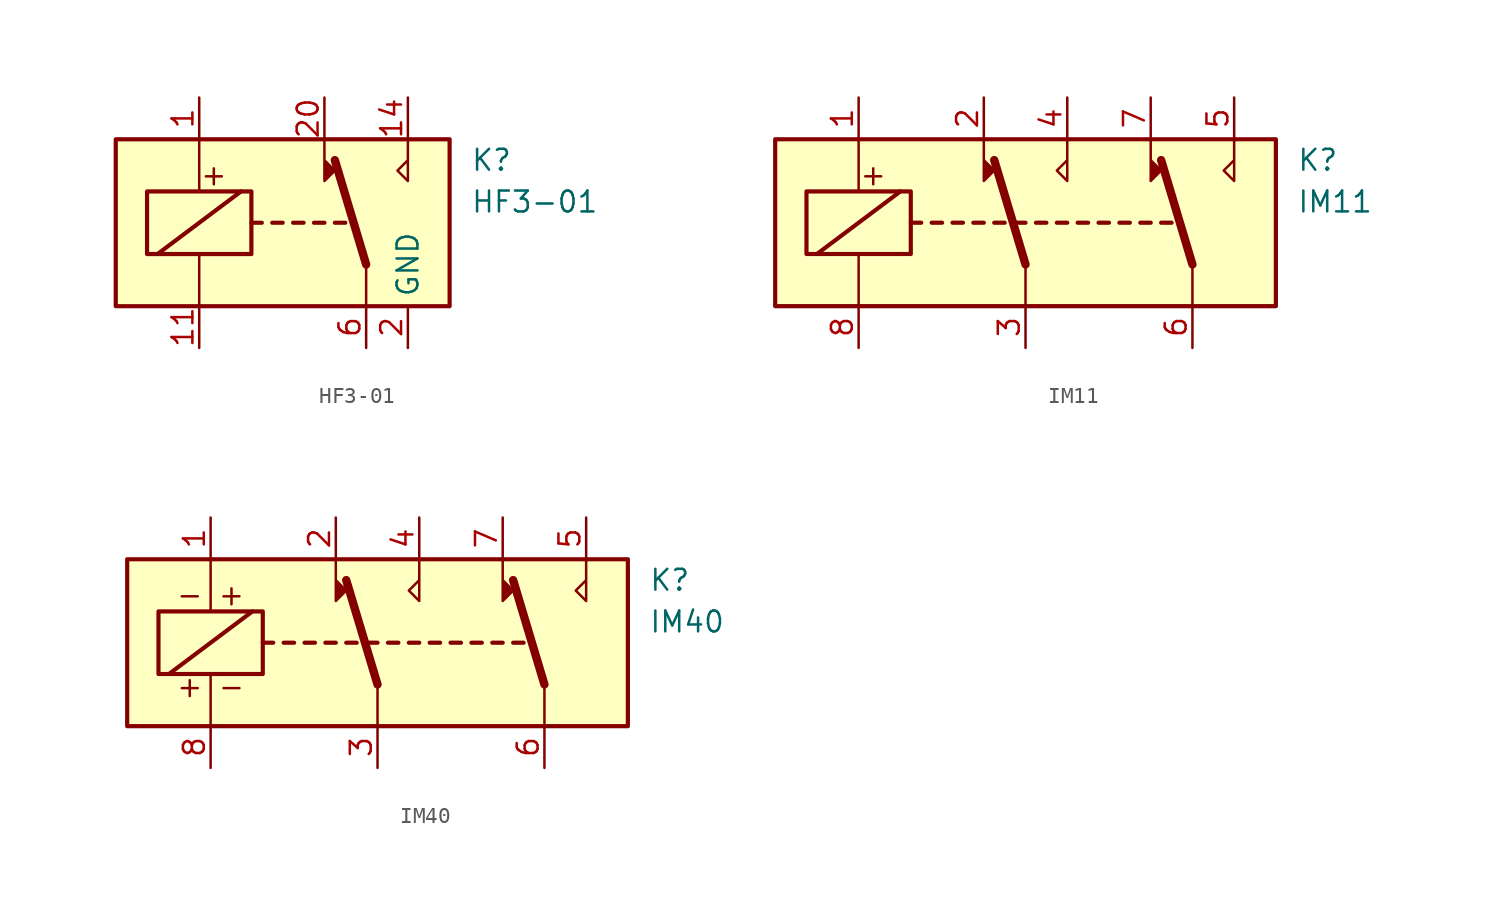
<source format=kicad_sym>
(kicad_symbol_lib
  (version 20201005)
  (generator kicad_symbol_editor)
  (symbol "HF3-01"
    (property "Reference" "K"
      (at 11.43 3.81 0)
      (effects (font (size 1.27 1.27)) (justify left)))
    (property "Value" "HF3-01"
      (at 11.43 1.27 0)
      (effects (font (size 1.27 1.27)) (justify left)))
    (symbol "HF3-01_0_0"
      (text "+" (at -4.191 2.921 0) (effects (font (size 1.27 1.27))))
      (polyline (pts (xy 7.62 5.08) (xy 7.62 2.54) (xy 6.985 3.175) (xy 7.62 3.81)) (stroke (width 0)) (fill (type none))))
    (symbol "HF3-01_0_1"
      (rectangle (start -8.255 1.905) (end -1.905 -1.905) (stroke (width 0.254)) (fill (type none)))
      (rectangle (start -10.16 5.08) (end 10.16 -5.08) (stroke (width 0.254)) (fill (type background)))
      (polyline (pts (xy -7.62 -1.905) (xy -2.54 1.905)) (stroke (width 0.254)) (fill (type none)))
      (polyline (pts (xy -5.08 -5.08) (xy -5.08 -1.905)) (stroke (width 0)) (fill (type none)))
      (polyline (pts (xy -5.08 5.08) (xy -5.08 1.905)) (stroke (width 0)) (fill (type none)))
      (polyline (pts (xy -1.905 0) (xy -1.27 0)) (stroke (width 0.254)) (fill (type none)))
      (polyline (pts (xy -0.635 0) (xy 0 0)) (stroke (width 0.254)) (fill (type none)))
      (polyline (pts (xy 0.635 0) (xy 1.27 0)) (stroke (width 0.254)) (fill (type none)))
      (polyline (pts (xy 1.905 0) (xy 2.54 0)) (stroke (width 0.254)) (fill (type none)))
      (polyline (pts (xy 3.175 0) (xy 3.81 0)) (stroke (width 0.254)) (fill (type none)))
      (polyline (pts (xy 5.08 -2.54) (xy 3.175 3.81)) (stroke (width 0.508)) (fill (type none)))
      (polyline (pts (xy 5.08 -2.54) (xy 5.08 -5.08)) (stroke (width 0)) (fill (type none)))
      (polyline (pts (xy 2.54 5.08) (xy 2.54 2.54) (xy 3.175 3.175) (xy 2.54 3.81)) (stroke (width 0)) (fill (type outline))))
    (symbol "HF3-01_1_1"
      (pin passive line (at -5.08 7.62 270) (length 2.54) (name "~" (effects (font (size 1.27 1.27)))) (number "1" (effects (font (size 1.27 1.27)))))
      (pin passive line (at 7.62 -7.62 90) (length 2.54) hide (name "GND" (effects (font (size 1.27 1.27)))) (number "10" (effects (font (size 1.27 1.27)))))
      (pin passive line (at -5.08 -7.62 90) (length 2.54) (name "~" (effects (font (size 1.27 1.27)))) (number "11" (effects (font (size 1.27 1.27)))))
      (pin passive line (at 7.62 -7.62 90) (length 2.54) hide (name "GND" (effects (font (size 1.27 1.27)))) (number "12" (effects (font (size 1.27 1.27)))))
      (pin passive line (at 7.62 -7.62 90) (length 2.54) hide (name "GND" (effects (font (size 1.27 1.27)))) (number "13" (effects (font (size 1.27 1.27)))))
      (pin passive line (at 7.62 7.62 270) (length 2.54) (name "~" (effects (font (size 1.27 1.27)))) (number "14" (effects (font (size 1.27 1.27)))))
      (pin passive line (at 7.62 -7.62 90) (length 2.54) hide (name "GND" (effects (font (size 1.27 1.27)))) (number "15" (effects (font (size 1.27 1.27)))))
      (pin passive line (at 7.62 -7.62 90) (length 2.54) hide (name "GND" (effects (font (size 1.27 1.27)))) (number "17" (effects (font (size 1.27 1.27)))))
      (pin passive line (at 7.62 -7.62 90) (length 2.54) hide (name "GND" (effects (font (size 1.27 1.27)))) (number "19" (effects (font (size 1.27 1.27)))))
      (pin power_in line (at 7.62 -7.62 90) (length 2.54) (name "GND" (effects (font (size 1.27 1.27)))) (number "2" (effects (font (size 1.27 1.27)))))
      (pin passive line (at 2.54 7.62 270) (length 2.54) (name "~" (effects (font (size 1.27 1.27)))) (number "20" (effects (font (size 1.27 1.27)))))
      (pin passive line (at 7.62 -7.62 90) (length 2.54) hide (name "GND" (effects (font (size 1.27 1.27)))) (number "21" (effects (font (size 1.27 1.27)))))
      (pin passive line (at 7.62 -7.62 90) (length 2.54) hide (name "GND" (effects (font (size 1.27 1.27)))) (number "22" (effects (font (size 1.27 1.27)))))
      (pin passive line (at 7.62 -7.62 90) (length 2.54) hide (name "GND" (effects (font (size 1.27 1.27)))) (number "5" (effects (font (size 1.27 1.27)))))
      (pin passive line (at 5.08 -7.62 90) (length 2.54) (name "~" (effects (font (size 1.27 1.27)))) (number "6" (effects (font (size 1.27 1.27)))))
      (pin passive line (at 7.62 -7.62 90) (length 2.54) hide (name "GND" (effects (font (size 1.27 1.27)))) (number "7" (effects (font (size 1.27 1.27)))))))
  (symbol "IM11"
    (property "Reference" "K"
      (at 16.51 3.81 0)
      (effects (font (size 1.27 1.27)) (justify left)))
    (property "Value" "IM11"
      (at 16.51 1.27 0)
      (effects (font (size 1.27 1.27)) (justify left)))
    (symbol "IM11_0_0"
      (text "+" (at -9.271 2.921 0) (effects (font (size 1.27 1.27)))))
    (symbol "IM11_0_1"
      (rectangle (start -13.335 1.905) (end -6.985 -1.905) (stroke (width 0.254)) (fill (type none)))
      (rectangle (start -15.24 5.08) (end 15.24 -5.08) (stroke (width 0.254)) (fill (type background)))
      (polyline (pts (xy -12.7 -1.905) (xy -7.62 1.905)) (stroke (width 0.254)) (fill (type none)))
      (polyline (pts (xy -10.16 -5.08) (xy -10.16 -1.905)) (stroke (width 0)) (fill (type none)))
      (polyline (pts (xy -10.16 5.08) (xy -10.16 1.905)) (stroke (width 0)) (fill (type none)))
      (polyline (pts (xy -6.985 0) (xy -6.35 0)) (stroke (width 0.254)) (fill (type none)))
      (polyline (pts (xy -5.715 0) (xy -5.08 0)) (stroke (width 0.254)) (fill (type none)))
      (polyline (pts (xy -4.445 0) (xy -3.81 0)) (stroke (width 0.254)) (fill (type none)))
      (polyline (pts (xy -3.175 0) (xy -2.54 0)) (stroke (width 0.254)) (fill (type none)))
      (polyline (pts (xy -1.905 0) (xy -1.27 0)) (stroke (width 0.254)) (fill (type none)))
      (polyline (pts (xy -0.635 0) (xy 0 0)) (stroke (width 0.254)) (fill (type none)))
      (polyline (pts (xy 0 -2.54) (xy -1.905 3.81)) (stroke (width 0.508)) (fill (type none)))
      (polyline (pts (xy 0 -2.54) (xy 0 -5.08)) (stroke (width 0)) (fill (type none)))
      (polyline (pts (xy 0.635 0) (xy 1.27 0)) (stroke (width 0.254)) (fill (type none)))
      (polyline (pts (xy 1.905 0) (xy 2.54 0)) (stroke (width 0.254)) (fill (type none)))
      (polyline (pts (xy 3.175 0) (xy 3.81 0)) (stroke (width 0.254)) (fill (type none)))
      (polyline (pts (xy 4.445 0) (xy 5.08 0)) (stroke (width 0.254)) (fill (type none)))
      (polyline (pts (xy 5.715 0) (xy 6.35 0)) (stroke (width 0.254)) (fill (type none)))
      (polyline (pts (xy 6.985 0) (xy 7.62 0)) (stroke (width 0.254)) (fill (type none)))
      (polyline (pts (xy 8.255 0) (xy 8.89 0)) (stroke (width 0.254)) (fill (type none)))
      (polyline (pts (xy 10.16 -2.54) (xy 8.255 3.81)) (stroke (width 0.508)) (fill (type none)))
      (polyline (pts (xy 10.16 -2.54) (xy 10.16 -5.08)) (stroke (width 0)) (fill (type none)))
      (polyline (pts (xy 2.54 5.08) (xy 2.54 2.54) (xy 1.905 3.175) (xy 2.54 3.81)) (stroke (width 0)) (fill (type none)))
      (polyline (pts (xy 12.7 5.08) (xy 12.7 2.54) (xy 12.065 3.175) (xy 12.7 3.81)) (stroke (width 0)) (fill (type none)))
      (polyline (pts (xy -2.54 5.08) (xy -2.54 2.54) (xy -1.905 3.175) (xy -2.54 3.81)) (stroke (width 0)) (fill (type outline)))
      (polyline (pts (xy 7.62 5.08) (xy 7.62 2.54) (xy 8.255 3.175) (xy 7.62 3.81)) (stroke (width 0)) (fill (type outline))))
    (symbol "IM11_1_1"
      (pin passive line (at -10.16 7.62 270) (length 2.54) (name "~" (effects (font (size 1.27 1.27)))) (number "1" (effects (font (size 1.27 1.27)))))
      (pin passive line (at -2.54 7.62 270) (length 2.54) (name "~" (effects (font (size 1.27 1.27)))) (number "2" (effects (font (size 1.27 1.27)))))
      (pin passive line (at 0 -7.62 90) (length 2.54) (name "~" (effects (font (size 1.27 1.27)))) (number "3" (effects (font (size 1.27 1.27)))))
      (pin passive line (at 2.54 7.62 270) (length 2.54) (name "~" (effects (font (size 1.27 1.27)))) (number "4" (effects (font (size 1.27 1.27)))))
      (pin passive line (at 12.7 7.62 270) (length 2.54) (name "~" (effects (font (size 1.27 1.27)))) (number "5" (effects (font (size 1.27 1.27)))))
      (pin passive line (at 10.16 -7.62 90) (length 2.54) (name "~" (effects (font (size 1.27 1.27)))) (number "6" (effects (font (size 1.27 1.27)))))
      (pin passive line (at 7.62 7.62 270) (length 2.54) (name "~" (effects (font (size 1.27 1.27)))) (number "7" (effects (font (size 1.27 1.27)))))
      (pin passive line (at -10.16 -7.62 90) (length 2.54) (name "~" (effects (font (size 1.27 1.27)))) (number "8" (effects (font (size 1.27 1.27)))))))
  (symbol "IM40"
    (property "Reference" "K"
      (at 16.51 3.81 0)
      (effects (font (size 1.27 1.27)) (justify left)))
    (property "Value" "IM40"
      (at 16.51 1.27 0)
      (effects (font (size 1.27 1.27)) (justify left)))
    (symbol "IM40_0_0"
      (text "+ -" (at -10.16 -2.667 0) (effects (font (size 1.27 1.27))))
      (text "- +" (at -10.16 2.921 0) (effects (font (size 1.27 1.27)))))
    (symbol "IM40_0_1"
      (rectangle (start -13.335 1.905) (end -6.985 -1.905) (stroke (width 0.254)) (fill (type none)))
      (rectangle (start -15.24 5.08) (end 15.24 -5.08) (stroke (width 0.254)) (fill (type background)))
      (polyline (pts (xy -12.7 -1.905) (xy -7.62 1.905)) (stroke (width 0.254)) (fill (type none)))
      (polyline (pts (xy -10.16 -5.08) (xy -10.16 -1.905)) (stroke (width 0)) (fill (type none)))
      (polyline (pts (xy -10.16 5.08) (xy -10.16 1.905)) (stroke (width 0)) (fill (type none)))
      (polyline (pts (xy -6.985 0) (xy -6.35 0)) (stroke (width 0.254)) (fill (type none)))
      (polyline (pts (xy -5.715 0) (xy -5.08 0)) (stroke (width 0.254)) (fill (type none)))
      (polyline (pts (xy -4.445 0) (xy -3.81 0)) (stroke (width 0.254)) (fill (type none)))
      (polyline (pts (xy -3.175 0) (xy -2.54 0)) (stroke (width 0.254)) (fill (type none)))
      (polyline (pts (xy -1.905 0) (xy -1.27 0)) (stroke (width 0.254)) (fill (type none)))
      (polyline (pts (xy -0.635 0) (xy 0 0)) (stroke (width 0.254)) (fill (type none)))
      (polyline (pts (xy 0 -2.54) (xy -1.905 3.81)) (stroke (width 0.508)) (fill (type none)))
      (polyline (pts (xy 0 -2.54) (xy 0 -5.08)) (stroke (width 0)) (fill (type none)))
      (polyline (pts (xy 0.635 0) (xy 1.27 0)) (stroke (width 0.254)) (fill (type none)))
      (polyline (pts (xy 1.905 0) (xy 2.54 0)) (stroke (width 0.254)) (fill (type none)))
      (polyline (pts (xy 3.175 0) (xy 3.81 0)) (stroke (width 0.254)) (fill (type none)))
      (polyline (pts (xy 4.445 0) (xy 5.08 0)) (stroke (width 0.254)) (fill (type none)))
      (polyline (pts (xy 5.715 0) (xy 6.35 0)) (stroke (width 0.254)) (fill (type none)))
      (polyline (pts (xy 6.985 0) (xy 7.62 0)) (stroke (width 0.254)) (fill (type none)))
      (polyline (pts (xy 8.255 0) (xy 8.89 0)) (stroke (width 0.254)) (fill (type none)))
      (polyline (pts (xy 10.16 -2.54) (xy 8.255 3.81)) (stroke (width 0.508)) (fill (type none)))
      (polyline (pts (xy 10.16 -2.54) (xy 10.16 -5.08)) (stroke (width 0)) (fill (type none)))
      (polyline (pts (xy 2.54 5.08) (xy 2.54 2.54) (xy 1.905 3.175) (xy 2.54 3.81)) (stroke (width 0)) (fill (type none)))
      (polyline (pts (xy 12.7 5.08) (xy 12.7 2.54) (xy 12.065 3.175) (xy 12.7 3.81)) (stroke (width 0)) (fill (type none)))
      (polyline (pts (xy -2.54 5.08) (xy -2.54 2.54) (xy -1.905 3.175) (xy -2.54 3.81)) (stroke (width 0)) (fill (type outline)))
      (polyline (pts (xy 7.62 5.08) (xy 7.62 2.54) (xy 8.255 3.175) (xy 7.62 3.81)) (stroke (width 0)) (fill (type outline))))
    (symbol "IM40_1_1"
      (pin passive line (at -10.16 7.62 270) (length 2.54) (name "~" (effects (font (size 1.27 1.27)))) (number "1" (effects (font (size 1.27 1.27)))))
      (pin passive line (at -2.54 7.62 270) (length 2.54) (name "~" (effects (font (size 1.27 1.27)))) (number "2" (effects (font (size 1.27 1.27)))))
      (pin passive line (at 0 -7.62 90) (length 2.54) (name "~" (effects (font (size 1.27 1.27)))) (number "3" (effects (font (size 1.27 1.27)))))
      (pin passive line (at 2.54 7.62 270) (length 2.54) (name "~" (effects (font (size 1.27 1.27)))) (number "4" (effects (font (size 1.27 1.27)))))
      (pin passive line (at 12.7 7.62 270) (length 2.54) (name "~" (effects (font (size 1.27 1.27)))) (number "5" (effects (font (size 1.27 1.27)))))
      (pin passive line (at 10.16 -7.62 90) (length 2.54) (name "~" (effects (font (size 1.27 1.27)))) (number "6" (effects (font (size 1.27 1.27)))))
      (pin passive line (at 7.62 7.62 270) (length 2.54) (name "~" (effects (font (size 1.27 1.27)))) (number "7" (effects (font (size 1.27 1.27)))))
      (pin passive line (at -10.16 -7.62 90) (length 2.54) (name "~" (effects (font (size 1.27 1.27)))) (number "8" (effects (font (size 1.27 1.27))))))))
</source>
